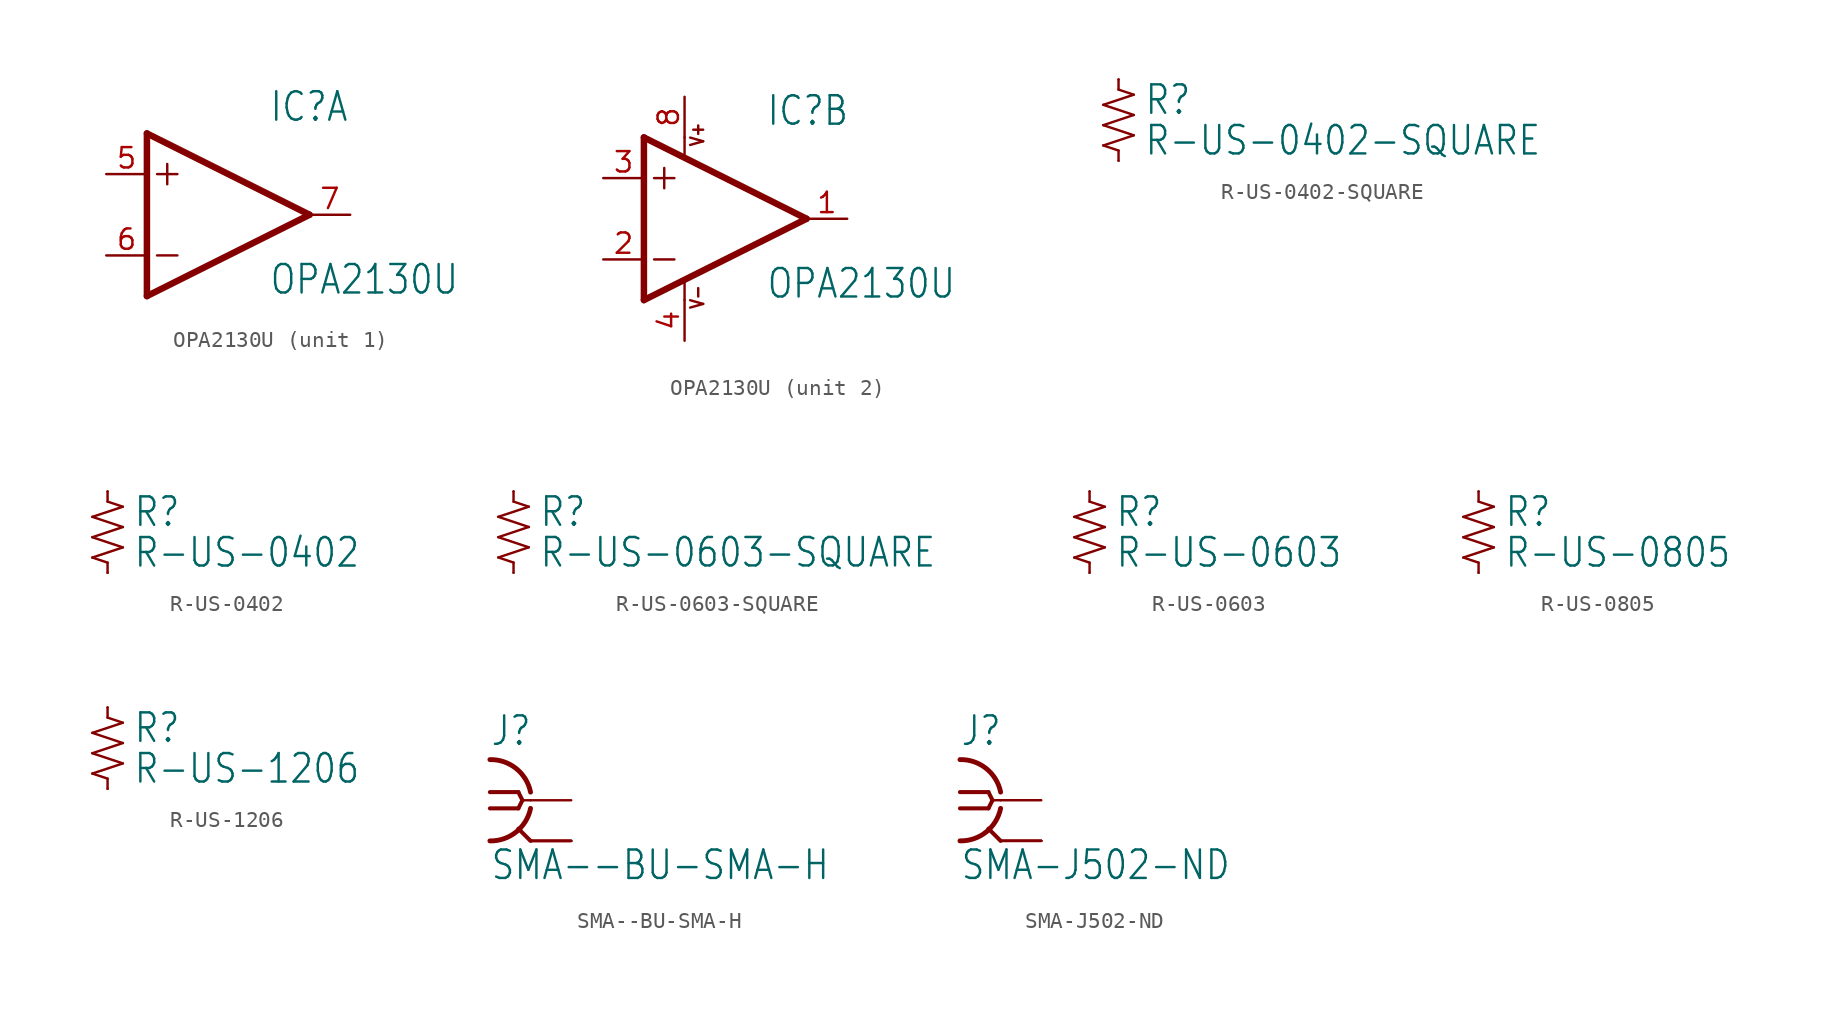
<source format=kicad_sym>
(kicad_symbol_lib
  (version 20211014)
  (generator kicad_symbol_editor)
  (symbol "OPA2130U"
    (property "Reference" "IC"
      (at 2.54 5.715 0)
      (effects (font (size 1.778 1.511)) (justify left bottom)))
    (property "Value" "OPA2130U"
      (at 2.54 -5.08 0)
      (effects (font (size 1.778 1.511)) (justify left bottom)))
    (property "ki_locked" ""
      (at 0 0 0)
      (effects (font (size 1.27 1.27))))
    (symbol "OPA2130U_1_0"
      (polyline (pts (xy -5.08 -5.08) (xy 5.08 0)) (stroke (width 0.406) (type default) (color 0 0 0 0)) (fill (type none)))
      (polyline (pts (xy -5.08 5.08) (xy -5.08 -5.08)) (stroke (width 0.406) (type default) (color 0 0 0 0)) (fill (type none)))
      (polyline (pts (xy -4.445 -2.54) (xy -3.175 -2.54)) (stroke (width 0.152) (type default) (color 0 0 0 0)) (fill (type none)))
      (polyline (pts (xy -4.445 2.54) (xy -3.175 2.54)) (stroke (width 0.152) (type default) (color 0 0 0 0)) (fill (type none)))
      (polyline (pts (xy -3.81 3.175) (xy -3.81 1.905)) (stroke (width 0.152) (type default) (color 0 0 0 0)) (fill (type none)))
      (polyline (pts (xy 5.08 0) (xy -5.08 5.08)) (stroke (width 0.406) (type default) (color 0 0 0 0)) (fill (type none)))
      (pin input line (at -7.62 2.54 0) (length 2.54) (name "+IN" (effects (font (size 0 0)))) (number "5" (effects (font (size 1.27 1.27)))))
      (pin input line (at -7.62 -2.54 0) (length 2.54) (name "-IN" (effects (font (size 0 0)))) (number "6" (effects (font (size 1.27 1.27)))))
      (pin output line (at 7.62 0 180) (length 2.54) (name "OUT" (effects (font (size 0 0)))) (number "7" (effects (font (size 1.27 1.27))))))
    (symbol "OPA2130U_2_0"
      (polyline (pts (xy -5.08 -5.08) (xy 5.08 0)) (stroke (width 0.406) (type default) (color 0 0 0 0)) (fill (type none)))
      (polyline (pts (xy -5.08 5.08) (xy -5.08 -5.08)) (stroke (width 0.406) (type default) (color 0 0 0 0)) (fill (type none)))
      (polyline (pts (xy -4.445 -2.54) (xy -3.175 -2.54)) (stroke (width 0.152) (type default) (color 0 0 0 0)) (fill (type none)))
      (polyline (pts (xy -4.445 2.54) (xy -3.175 2.54)) (stroke (width 0.152) (type default) (color 0 0 0 0)) (fill (type none)))
      (polyline (pts (xy -3.81 3.175) (xy -3.81 1.905)) (stroke (width 0.152) (type default) (color 0 0 0 0)) (fill (type none)))
      (polyline (pts (xy -2.54 -3.912) (xy -2.54 -5.08)) (stroke (width 0.152) (type default) (color 0 0 0 0)) (fill (type none)))
      (polyline (pts (xy -2.54 5.08) (xy -2.54 3.886)) (stroke (width 0.152) (type default) (color 0 0 0 0)) (fill (type none)))
      (polyline (pts (xy 5.08 0) (xy -5.08 5.08)) (stroke (width 0.406) (type default) (color 0 0 0 0)) (fill (type none)))
      (text "V+" (at -1.27 4.445 900) (effects (font (size 0.813 0.691)) (justify left bottom)))
      (text "V-" (at -1.27 -5.715 900) (effects (font (size 0.813 0.691)) (justify left bottom)))
      (pin output line (at 7.62 0 180) (length 2.54) (name "OUT" (effects (font (size 0 0)))) (number "1" (effects (font (size 1.27 1.27)))))
      (pin input line (at -7.62 -2.54 0) (length 2.54) (name "-IN" (effects (font (size 0 0)))) (number "2" (effects (font (size 1.27 1.27)))))
      (pin input line (at -7.62 2.54 0) (length 2.54) (name "+IN" (effects (font (size 0 0)))) (number "3" (effects (font (size 1.27 1.27)))))
      (pin power_in line (at -2.54 -7.62 90) (length 2.54) (name "V-" (effects (font (size 0 0)))) (number "4" (effects (font (size 1.27 1.27)))))
      (pin power_in line (at -2.54 7.62 270) (length 2.54) (name "V+" (effects (font (size 0 0)))) (number "8" (effects (font (size 1.27 1.27)))))))
  (symbol "R-US-0402-SQUARE"
    (property "Reference" "R"
      (at 1.587 1.27 0)
      (effects (font (size 1.778 1.511)) (justify left)))
    (property "Value" "R-US-0402-SQUARE"
      (at 1.587 -1.27 0)
      (effects (font (size 1.778 1.511)) (justify left)))
    (property "ki_locked" ""
      (at 0 0 0)
      (effects (font (size 1.27 1.27))))
    (symbol "R-US-0402-SQUARE_1_0"
      (polyline (pts (xy -0.953 -1.587) (xy 0 -1.905)) (stroke (width 0.152) (type default) (color 0 0 0 0)) (fill (type none)))
      (polyline (pts (xy -0.953 -0.318) (xy 0.953 -0.953)) (stroke (width 0.152) (type default) (color 0 0 0 0)) (fill (type none)))
      (polyline (pts (xy -0.953 0.953) (xy 0.953 0.318)) (stroke (width 0.152) (type default) (color 0 0 0 0)) (fill (type none)))
      (polyline (pts (xy 0 -1.905) (xy 0 -2.54)) (stroke (width 0.152) (type default) (color 0 0 0 0)) (fill (type none)))
      (polyline (pts (xy 0 1.905) (xy 0.953 1.587)) (stroke (width 0.152) (type default) (color 0 0 0 0)) (fill (type none)))
      (polyline (pts (xy 0 2.54) (xy 0 1.905)) (stroke (width 0.152) (type default) (color 0 0 0 0)) (fill (type none)))
      (polyline (pts (xy 0.953 -0.953) (xy -0.953 -1.587)) (stroke (width 0.152) (type default) (color 0 0 0 0)) (fill (type none)))
      (polyline (pts (xy 0.953 0.318) (xy -0.953 -0.318)) (stroke (width 0.152) (type default) (color 0 0 0 0)) (fill (type none)))
      (polyline (pts (xy 0.953 1.587) (xy -0.953 0.953)) (stroke (width 0.152) (type default) (color 0 0 0 0)) (fill (type none)))
      (pin passive line (at 0 2.54 270) (length 0) (name "1" (effects (font (size 0 0)))) (number "P$1" (effects (font (size 0 0)))))
      (pin passive line (at 0 -2.54 90) (length 0) (name "2" (effects (font (size 0 0)))) (number "P$2" (effects (font (size 0 0)))))))
  (symbol "R-US-0402"
    (property "Reference" "R"
      (at 1.587 1.27 0)
      (effects (font (size 1.778 1.511)) (justify left)))
    (property "Value" "R-US-0402"
      (at 1.587 -1.27 0)
      (effects (font (size 1.778 1.511)) (justify left)))
    (property "ki_locked" ""
      (at 0 0 0)
      (effects (font (size 1.27 1.27))))
    (symbol "R-US-0402_1_0"
      (polyline (pts (xy -0.953 -1.587) (xy 0 -1.905)) (stroke (width 0.152) (type default) (color 0 0 0 0)) (fill (type none)))
      (polyline (pts (xy -0.953 -0.318) (xy 0.953 -0.953)) (stroke (width 0.152) (type default) (color 0 0 0 0)) (fill (type none)))
      (polyline (pts (xy -0.953 0.953) (xy 0.953 0.318)) (stroke (width 0.152) (type default) (color 0 0 0 0)) (fill (type none)))
      (polyline (pts (xy 0 -1.905) (xy 0 -2.54)) (stroke (width 0.152) (type default) (color 0 0 0 0)) (fill (type none)))
      (polyline (pts (xy 0 1.905) (xy 0.953 1.587)) (stroke (width 0.152) (type default) (color 0 0 0 0)) (fill (type none)))
      (polyline (pts (xy 0 2.54) (xy 0 1.905)) (stroke (width 0.152) (type default) (color 0 0 0 0)) (fill (type none)))
      (polyline (pts (xy 0.953 -0.953) (xy -0.953 -1.587)) (stroke (width 0.152) (type default) (color 0 0 0 0)) (fill (type none)))
      (polyline (pts (xy 0.953 0.318) (xy -0.953 -0.318)) (stroke (width 0.152) (type default) (color 0 0 0 0)) (fill (type none)))
      (polyline (pts (xy 0.953 1.587) (xy -0.953 0.953)) (stroke (width 0.152) (type default) (color 0 0 0 0)) (fill (type none)))
      (pin passive line (at 0 2.54 270) (length 0) (name "1" (effects (font (size 0 0)))) (number "1" (effects (font (size 0 0)))))
      (pin passive line (at 0 -2.54 90) (length 0) (name "2" (effects (font (size 0 0)))) (number "2" (effects (font (size 0 0)))))))
  (symbol "R-US-0603-SQUARE"
    (property "Reference" "R"
      (at 1.587 1.27 0)
      (effects (font (size 1.778 1.511)) (justify left)))
    (property "Value" "R-US-0603-SQUARE"
      (at 1.587 -1.27 0)
      (effects (font (size 1.778 1.511)) (justify left)))
    (property "ki_locked" ""
      (at 0 0 0)
      (effects (font (size 1.27 1.27))))
    (symbol "R-US-0603-SQUARE_1_0"
      (polyline (pts (xy -0.953 -1.587) (xy 0 -1.905)) (stroke (width 0.152) (type default) (color 0 0 0 0)) (fill (type none)))
      (polyline (pts (xy -0.953 -0.318) (xy 0.953 -0.953)) (stroke (width 0.152) (type default) (color 0 0 0 0)) (fill (type none)))
      (polyline (pts (xy -0.953 0.953) (xy 0.953 0.318)) (stroke (width 0.152) (type default) (color 0 0 0 0)) (fill (type none)))
      (polyline (pts (xy 0 -1.905) (xy 0 -2.54)) (stroke (width 0.152) (type default) (color 0 0 0 0)) (fill (type none)))
      (polyline (pts (xy 0 1.905) (xy 0.953 1.587)) (stroke (width 0.152) (type default) (color 0 0 0 0)) (fill (type none)))
      (polyline (pts (xy 0 2.54) (xy 0 1.905)) (stroke (width 0.152) (type default) (color 0 0 0 0)) (fill (type none)))
      (polyline (pts (xy 0.953 -0.953) (xy -0.953 -1.587)) (stroke (width 0.152) (type default) (color 0 0 0 0)) (fill (type none)))
      (polyline (pts (xy 0.953 0.318) (xy -0.953 -0.318)) (stroke (width 0.152) (type default) (color 0 0 0 0)) (fill (type none)))
      (polyline (pts (xy 0.953 1.587) (xy -0.953 0.953)) (stroke (width 0.152) (type default) (color 0 0 0 0)) (fill (type none)))
      (pin passive line (at 0 2.54 270) (length 0) (name "1" (effects (font (size 0 0)))) (number "1" (effects (font (size 0 0)))))
      (pin passive line (at 0 -2.54 90) (length 0) (name "2" (effects (font (size 0 0)))) (number "2" (effects (font (size 0 0)))))))
  (symbol "R-US-0603"
    (property "Reference" "R"
      (at 1.587 1.27 0)
      (effects (font (size 1.778 1.511)) (justify left)))
    (property "Value" "R-US-0603"
      (at 1.587 -1.27 0)
      (effects (font (size 1.778 1.511)) (justify left)))
    (property "ki_locked" ""
      (at 0 0 0)
      (effects (font (size 1.27 1.27))))
    (symbol "R-US-0603_1_0"
      (polyline (pts (xy -0.953 -1.587) (xy 0 -1.905)) (stroke (width 0.152) (type default) (color 0 0 0 0)) (fill (type none)))
      (polyline (pts (xy -0.953 -0.318) (xy 0.953 -0.953)) (stroke (width 0.152) (type default) (color 0 0 0 0)) (fill (type none)))
      (polyline (pts (xy -0.953 0.953) (xy 0.953 0.318)) (stroke (width 0.152) (type default) (color 0 0 0 0)) (fill (type none)))
      (polyline (pts (xy 0 -1.905) (xy 0 -2.54)) (stroke (width 0.152) (type default) (color 0 0 0 0)) (fill (type none)))
      (polyline (pts (xy 0 1.905) (xy 0.953 1.587)) (stroke (width 0.152) (type default) (color 0 0 0 0)) (fill (type none)))
      (polyline (pts (xy 0 2.54) (xy 0 1.905)) (stroke (width 0.152) (type default) (color 0 0 0 0)) (fill (type none)))
      (polyline (pts (xy 0.953 -0.953) (xy -0.953 -1.587)) (stroke (width 0.152) (type default) (color 0 0 0 0)) (fill (type none)))
      (polyline (pts (xy 0.953 0.318) (xy -0.953 -0.318)) (stroke (width 0.152) (type default) (color 0 0 0 0)) (fill (type none)))
      (polyline (pts (xy 0.953 1.587) (xy -0.953 0.953)) (stroke (width 0.152) (type default) (color 0 0 0 0)) (fill (type none)))
      (pin passive line (at 0 2.54 270) (length 0) (name "1" (effects (font (size 0 0)))) (number "1" (effects (font (size 0 0)))))
      (pin passive line (at 0 -2.54 90) (length 0) (name "2" (effects (font (size 0 0)))) (number "2" (effects (font (size 0 0)))))))
  (symbol "R-US-0805"
    (property "Reference" "R"
      (at 1.587 1.27 0)
      (effects (font (size 1.778 1.511)) (justify left)))
    (property "Value" "R-US-0805"
      (at 1.587 -1.27 0)
      (effects (font (size 1.778 1.511)) (justify left)))
    (property "ki_locked" ""
      (at 0 0 0)
      (effects (font (size 1.27 1.27))))
    (symbol "R-US-0805_1_0"
      (polyline (pts (xy -0.953 -1.587) (xy 0 -1.905)) (stroke (width 0.152) (type default) (color 0 0 0 0)) (fill (type none)))
      (polyline (pts (xy -0.953 -0.318) (xy 0.953 -0.953)) (stroke (width 0.152) (type default) (color 0 0 0 0)) (fill (type none)))
      (polyline (pts (xy -0.953 0.953) (xy 0.953 0.318)) (stroke (width 0.152) (type default) (color 0 0 0 0)) (fill (type none)))
      (polyline (pts (xy 0 -1.905) (xy 0 -2.54)) (stroke (width 0.152) (type default) (color 0 0 0 0)) (fill (type none)))
      (polyline (pts (xy 0 1.905) (xy 0.953 1.587)) (stroke (width 0.152) (type default) (color 0 0 0 0)) (fill (type none)))
      (polyline (pts (xy 0 2.54) (xy 0 1.905)) (stroke (width 0.152) (type default) (color 0 0 0 0)) (fill (type none)))
      (polyline (pts (xy 0.953 -0.953) (xy -0.953 -1.587)) (stroke (width 0.152) (type default) (color 0 0 0 0)) (fill (type none)))
      (polyline (pts (xy 0.953 0.318) (xy -0.953 -0.318)) (stroke (width 0.152) (type default) (color 0 0 0 0)) (fill (type none)))
      (polyline (pts (xy 0.953 1.587) (xy -0.953 0.953)) (stroke (width 0.152) (type default) (color 0 0 0 0)) (fill (type none)))
      (pin passive line (at 0 2.54 270) (length 0) (name "1" (effects (font (size 0 0)))) (number "1" (effects (font (size 0 0)))))
      (pin passive line (at 0 -2.54 90) (length 0) (name "2" (effects (font (size 0 0)))) (number "2" (effects (font (size 0 0)))))))
  (symbol "R-US-1206"
    (property "Reference" "R"
      (at 1.587 1.27 0)
      (effects (font (size 1.778 1.511)) (justify left)))
    (property "Value" "R-US-1206"
      (at 1.587 -1.27 0)
      (effects (font (size 1.778 1.511)) (justify left)))
    (property "ki_locked" ""
      (at 0 0 0)
      (effects (font (size 1.27 1.27))))
    (symbol "R-US-1206_1_0"
      (polyline (pts (xy -0.953 -1.587) (xy 0 -1.905)) (stroke (width 0.152) (type default) (color 0 0 0 0)) (fill (type none)))
      (polyline (pts (xy -0.953 -0.318) (xy 0.953 -0.953)) (stroke (width 0.152) (type default) (color 0 0 0 0)) (fill (type none)))
      (polyline (pts (xy -0.953 0.953) (xy 0.953 0.318)) (stroke (width 0.152) (type default) (color 0 0 0 0)) (fill (type none)))
      (polyline (pts (xy 0 -1.905) (xy 0 -2.54)) (stroke (width 0.152) (type default) (color 0 0 0 0)) (fill (type none)))
      (polyline (pts (xy 0 1.905) (xy 0.953 1.587)) (stroke (width 0.152) (type default) (color 0 0 0 0)) (fill (type none)))
      (polyline (pts (xy 0 2.54) (xy 0 1.905)) (stroke (width 0.152) (type default) (color 0 0 0 0)) (fill (type none)))
      (polyline (pts (xy 0.953 -0.953) (xy -0.953 -1.587)) (stroke (width 0.152) (type default) (color 0 0 0 0)) (fill (type none)))
      (polyline (pts (xy 0.953 0.318) (xy -0.953 -0.318)) (stroke (width 0.152) (type default) (color 0 0 0 0)) (fill (type none)))
      (polyline (pts (xy 0.953 1.587) (xy -0.953 0.953)) (stroke (width 0.152) (type default) (color 0 0 0 0)) (fill (type none)))
      (pin passive line (at 0 2.54 270) (length 0) (name "1" (effects (font (size 0 0)))) (number "1" (effects (font (size 0 0)))))
      (pin passive line (at 0 -2.54 90) (length 0) (name "2" (effects (font (size 0 0)))) (number "2" (effects (font (size 0 0)))))))
  (symbol "SMA--BU-SMA-H"
    (property "Reference" "J"
      (at -2.54 3.302 0)
      (effects (font (size 1.778 1.511)) (justify left bottom)))
    (property "Value" "SMA--BU-SMA-H"
      (at -2.54 -5.08 0)
      (effects (font (size 1.778 1.511)) (justify left bottom)))
    (property "ki_locked" ""
      (at 0 0 0)
      (effects (font (size 1.27 1.27))))
    (symbol "SMA--BU-SMA-H_1_0"
      (arc (start -2.54 -2.54) (mid -0.9022 -1.9838) (end 0 -0.508) (stroke (width 0.3048) (type default) (color 0 0 0 0)) (fill (type none)))
      (polyline (pts (xy -2.54 0.508) (xy -0.762 0.508)) (stroke (width 0.254) (type default) (color 0 0 0 0)) (fill (type none)))
      (polyline (pts (xy -0.762 -0.508) (xy -2.54 -0.508)) (stroke (width 0.254) (type default) (color 0 0 0 0)) (fill (type none)))
      (polyline (pts (xy -0.762 0.508) (xy -0.508 0)) (stroke (width 0.254) (type default) (color 0 0 0 0)) (fill (type none)))
      (polyline (pts (xy -0.508 0) (xy -0.762 -0.508)) (stroke (width 0.254) (type default) (color 0 0 0 0)) (fill (type none)))
      (polyline (pts (xy 0 -2.54) (xy -0.762 -1.778)) (stroke (width 0.254) (type default) (color 0 0 0 0)) (fill (type none)))
      (polyline (pts (xy 0 0) (xy -0.508 0)) (stroke (width 0.152) (type default) (color 0 0 0 0)) (fill (type none)))
      (arc (start 0 0.508) (mid -0.9022 1.9838) (end -2.54 2.54) (stroke (width 0.3048) (type default) (color 0 0 0 0)) (fill (type none)))
      (pin passive line (at 2.54 0 180) (length 2.54) (name "1" (effects (font (size 0 0)))) (number "1" (effects (font (size 0 0)))))
      (pin passive line (at 2.54 -2.54 180) (length 2.54) (name "2" (effects (font (size 0 0)))) (number "2" (effects (font (size 0 0)))))
      (pin passive line (at 2.54 -2.54 180) (length 2.54) (name "2" (effects (font (size 0 0)))) (number "3" (effects (font (size 0 0)))))
      (pin passive line (at 2.54 -2.54 180) (length 2.54) (name "2" (effects (font (size 0 0)))) (number "4" (effects (font (size 0 0)))))
      (pin passive line (at 2.54 -2.54 180) (length 2.54) (name "2" (effects (font (size 0 0)))) (number "5" (effects (font (size 0 0)))))))
  (symbol "SMA-J502-ND"
    (property "Reference" "J"
      (at -2.54 3.302 0)
      (effects (font (size 1.778 1.511)) (justify left bottom)))
    (property "Value" "SMA-J502-ND"
      (at -2.54 -5.08 0)
      (effects (font (size 1.778 1.511)) (justify left bottom)))
    (property "ki_locked" ""
      (at 0 0 0)
      (effects (font (size 1.27 1.27))))
    (symbol "SMA-J502-ND_1_0"
      (arc (start -2.54 -2.54) (mid -0.9022 -1.9838) (end 0 -0.508) (stroke (width 0.3048) (type default) (color 0 0 0 0)) (fill (type none)))
      (polyline (pts (xy -2.54 0.508) (xy -0.762 0.508)) (stroke (width 0.254) (type default) (color 0 0 0 0)) (fill (type none)))
      (polyline (pts (xy -0.762 -0.508) (xy -2.54 -0.508)) (stroke (width 0.254) (type default) (color 0 0 0 0)) (fill (type none)))
      (polyline (pts (xy -0.762 0.508) (xy -0.508 0)) (stroke (width 0.254) (type default) (color 0 0 0 0)) (fill (type none)))
      (polyline (pts (xy -0.508 0) (xy -0.762 -0.508)) (stroke (width 0.254) (type default) (color 0 0 0 0)) (fill (type none)))
      (polyline (pts (xy 0 -2.54) (xy -0.762 -1.778)) (stroke (width 0.254) (type default) (color 0 0 0 0)) (fill (type none)))
      (polyline (pts (xy 0 0) (xy -0.508 0)) (stroke (width 0.152) (type default) (color 0 0 0 0)) (fill (type none)))
      (arc (start 0 0.508) (mid -0.9022 1.9838) (end -2.54 2.54) (stroke (width 0.3048) (type default) (color 0 0 0 0)) (fill (type none)))
      (pin passive line (at 2.54 0 180) (length 2.54) (name "1" (effects (font (size 0 0)))) (number "1" (effects (font (size 0 0)))))
      (pin passive line (at 2.54 -2.54 180) (length 2.54) (name "2" (effects (font (size 0 0)))) (number "2" (effects (font (size 0 0)))))
      (pin passive line (at 2.54 -2.54 180) (length 2.54) (name "2" (effects (font (size 0 0)))) (number "3" (effects (font (size 0 0)))))
      (pin passive line (at 2.54 -2.54 180) (length 2.54) (name "2" (effects (font (size 0 0)))) (number "4" (effects (font (size 0 0)))))
      (pin passive line (at 2.54 -2.54 180) (length 2.54) (name "2" (effects (font (size 0 0)))) (number "5" (effects (font (size 0 0))))))))
</source>
